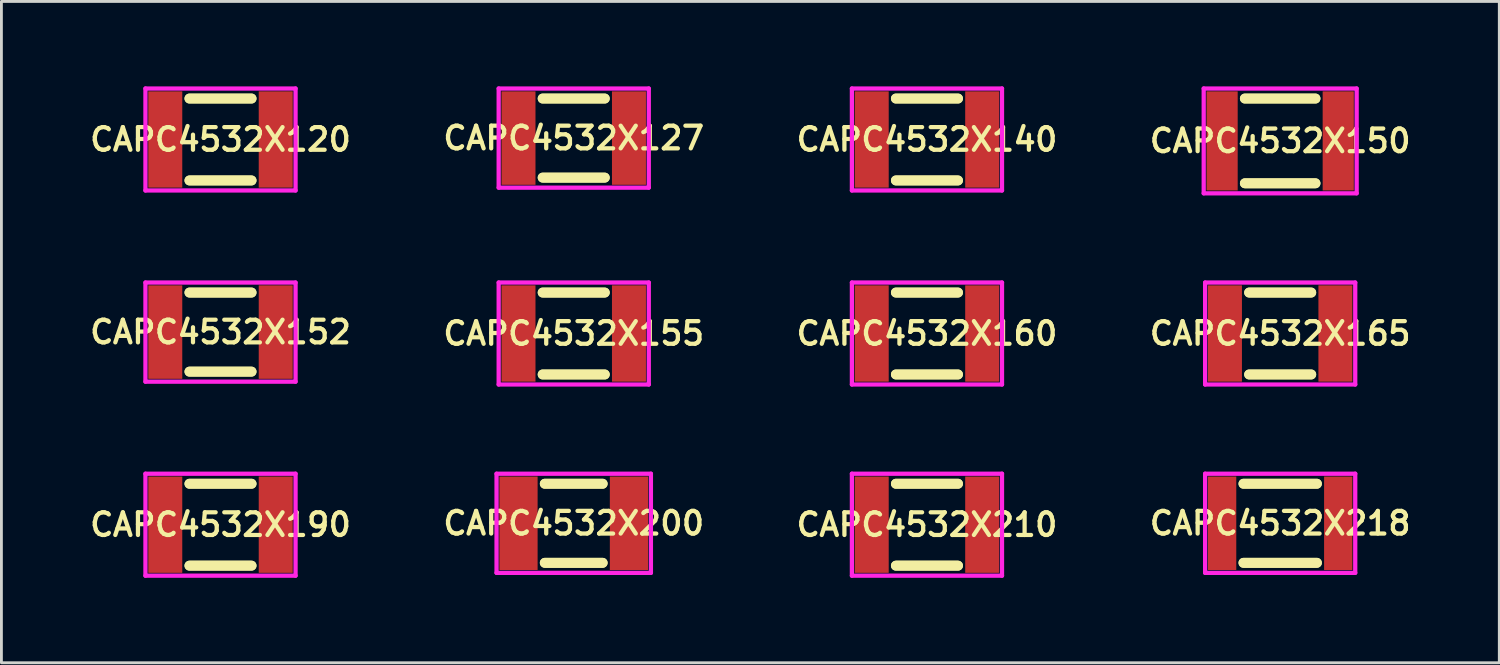
<source format=kicad_pcb>
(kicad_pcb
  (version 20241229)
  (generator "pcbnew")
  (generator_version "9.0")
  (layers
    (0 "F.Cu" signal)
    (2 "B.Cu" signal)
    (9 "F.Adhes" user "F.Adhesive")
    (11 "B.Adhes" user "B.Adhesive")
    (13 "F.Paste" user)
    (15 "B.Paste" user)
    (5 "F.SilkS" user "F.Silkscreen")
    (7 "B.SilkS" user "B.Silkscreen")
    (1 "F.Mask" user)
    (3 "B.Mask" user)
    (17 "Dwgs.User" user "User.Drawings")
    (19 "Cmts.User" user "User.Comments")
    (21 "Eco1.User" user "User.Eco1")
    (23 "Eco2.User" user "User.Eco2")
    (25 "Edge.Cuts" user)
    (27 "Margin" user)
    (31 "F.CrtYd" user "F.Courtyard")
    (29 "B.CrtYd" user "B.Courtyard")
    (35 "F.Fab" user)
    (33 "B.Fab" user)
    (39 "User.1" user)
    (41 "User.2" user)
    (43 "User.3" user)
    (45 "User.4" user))
  (footprint "CAPC4532X127"
    (layer "F.Cu")
    (at 17.206 1.825)
    (property "Reference" "CAPC4532X127" (at 0 0 0) (layer "F.SilkS") (effects (font (size 0.8 0.8) (thickness 0.15))))
    (attr smd)
    (fp_line (start -1.096 -1.396) (end 1.096 -1.396) (stroke (width 0.35) (type solid)) (layer "F.SilkS"))
    (fp_line (start -1.096 1.396) (end 1.096 1.396) (stroke (width 0.35) (type solid)) (layer "F.SilkS"))
    (fp_line (start 1.096 -1.396) (end -1.096 -1.396) (stroke (width 0.35) (type solid)) (layer "F.SilkS"))
    (fp_line (start 1.096 1.396) (end -1.096 1.396) (stroke (width 0.35) (type solid)) (layer "F.SilkS"))
    (fp_line (start -2.65 -1.75) (end 2.65 -1.75) (stroke (width 0.15) (type solid)) (layer "F.CrtYd"))
    (fp_line (start -2.65 1.75) (end -2.65 -1.75) (stroke (width 0.15) (type solid)) (layer "F.CrtYd"))
    (fp_line (start 2.65 -1.75) (end 2.65 1.75) (stroke (width 0.15) (type solid)) (layer "F.CrtYd"))
    (fp_line (start 2.65 1.75) (end -2.65 1.75) (stroke (width 0.15) (type solid)) (layer "F.CrtYd"))
    (pad "1" smd rect (at -1.95 0) (size 1.2 3.3) (layers "F.Cu" "F.Mask" "F.Paste"))
    (pad "2" smd rect (at 1.95 0) (size 1.2 3.3) (layers "F.Cu" "F.Mask" "F.Paste")))
  (footprint "CAPC4532X120"
    (layer "F.Cu")
    (at 4.735 1.875)
    (property "Reference" "CAPC4532X120" (at 0 0 0) (layer "F.SilkS") (effects (font (size 0.8 0.8) (thickness 0.15))))
    (attr smd)
    (fp_line (start -1.096 -1.446) (end 1.096 -1.446) (stroke (width 0.35) (type solid)) (layer "F.SilkS"))
    (fp_line (start -1.096 1.446) (end 1.096 1.446) (stroke (width 0.35) (type solid)) (layer "F.SilkS"))
    (fp_line (start 1.096 -1.446) (end -1.096 -1.446) (stroke (width 0.35) (type solid)) (layer "F.SilkS"))
    (fp_line (start 1.096 1.446) (end -1.096 1.446) (stroke (width 0.35) (type solid)) (layer "F.SilkS"))
    (fp_line (start -2.65 -1.8) (end 2.65 -1.8) (stroke (width 0.15) (type solid)) (layer "F.CrtYd"))
    (fp_line (start -2.65 1.8) (end -2.65 -1.8) (stroke (width 0.15) (type solid)) (layer "F.CrtYd"))
    (fp_line (start 2.65 -1.8) (end 2.65 1.8) (stroke (width 0.15) (type solid)) (layer "F.CrtYd"))
    (fp_line (start 2.65 1.8) (end -2.65 1.8) (stroke (width 0.15) (type solid)) (layer "F.CrtYd"))
    (pad "1" smd rect (at -1.95 0) (size 1.2 3.4) (layers "F.Cu" "F.Mask" "F.Paste"))
    (pad "2" smd rect (at 1.95 0) (size 1.2 3.4) (layers "F.Cu" "F.Mask" "F.Paste")))
  (footprint "CAPC4532X140"
    (layer "F.Cu")
    (at 29.677 1.875)
    (property "Reference" "CAPC4532X140" (at 0 0 0) (layer "F.SilkS") (effects (font (size 0.8 0.8) (thickness 0.15))))
    (attr smd)
    (fp_line (start -1.096 -1.446) (end 1.096 -1.446) (stroke (width 0.35) (type solid)) (layer "F.SilkS"))
    (fp_line (start -1.096 1.446) (end 1.096 1.446) (stroke (width 0.35) (type solid)) (layer "F.SilkS"))
    (fp_line (start 1.096 -1.446) (end -1.096 -1.446) (stroke (width 0.35) (type solid)) (layer "F.SilkS"))
    (fp_line (start 1.096 1.446) (end -1.096 1.446) (stroke (width 0.35) (type solid)) (layer "F.SilkS"))
    (fp_line (start -2.65 -1.8) (end 2.65 -1.8) (stroke (width 0.15) (type solid)) (layer "F.CrtYd"))
    (fp_line (start -2.65 1.8) (end -2.65 -1.8) (stroke (width 0.15) (type solid)) (layer "F.CrtYd"))
    (fp_line (start 2.65 -1.8) (end 2.65 1.8) (stroke (width 0.15) (type solid)) (layer "F.CrtYd"))
    (fp_line (start 2.65 1.8) (end -2.65 1.8) (stroke (width 0.15) (type solid)) (layer "F.CrtYd"))
    (pad "1" smd rect (at -1.95 0) (size 1.2 3.4) (layers "F.Cu" "F.Mask" "F.Paste"))
    (pad "2" smd rect (at 1.95 0) (size 1.2 3.4) (layers "F.Cu" "F.Mask" "F.Paste")))
  (footprint "CAPC4532X165"
    (layer "F.Cu")
    (at 42.148 8.725)
    (property "Reference" "CAPC4532X165" (at 0 0 0) (layer "F.SilkS") (effects (font (size 0.8 0.8) (thickness 0.15))))
    (attr smd)
    (fp_line (start -1.096 -1.446) (end 1.096 -1.446) (stroke (width 0.35) (type solid)) (layer "F.SilkS"))
    (fp_line (start -1.096 1.446) (end 1.096 1.446) (stroke (width 0.35) (type solid)) (layer "F.SilkS"))
    (fp_line (start 1.096 -1.446) (end -1.096 -1.446) (stroke (width 0.35) (type solid)) (layer "F.SilkS"))
    (fp_line (start 1.096 1.446) (end -1.096 1.446) (stroke (width 0.35) (type solid)) (layer "F.SilkS"))
    (fp_line (start -2.65 -1.8) (end 2.65 -1.8) (stroke (width 0.15) (type solid)) (layer "F.CrtYd"))
    (fp_line (start -2.65 1.8) (end -2.65 -1.8) (stroke (width 0.15) (type solid)) (layer "F.CrtYd"))
    (fp_line (start 2.65 -1.8) (end 2.65 1.8) (stroke (width 0.15) (type solid)) (layer "F.CrtYd"))
    (fp_line (start 2.65 1.8) (end -2.65 1.8) (stroke (width 0.15) (type solid)) (layer "F.CrtYd"))
    (pad "1" smd rect (at -1.95 0) (size 1.2 3.4) (layers "F.Cu" "F.Mask" "F.Paste"))
    (pad "2" smd rect (at 1.95 0) (size 1.2 3.4) (layers "F.Cu" "F.Mask" "F.Paste")))
  (footprint "CAPC4532X200"
    (layer "F.Cu")
    (at 17.206 15.425)
    (property "Reference" "CAPC4532X200" (at 0 0 0) (layer "F.SilkS") (effects (font (size 0.8 0.8) (thickness 0.15))))
    (attr smd)
    (fp_line (start -1.021 -1.396) (end 1.021 -1.396) (stroke (width 0.35) (type solid)) (layer "F.SilkS"))
    (fp_line (start -1.021 1.396) (end 1.021 1.396) (stroke (width 0.35) (type solid)) (layer "F.SilkS"))
    (fp_line (start 1.021 -1.396) (end -1.021 -1.396) (stroke (width 0.35) (type solid)) (layer "F.SilkS"))
    (fp_line (start 1.021 1.396) (end -1.021 1.396) (stroke (width 0.35) (type solid)) (layer "F.SilkS"))
    (fp_line (start -2.725 -1.75) (end 2.725 -1.75) (stroke (width 0.15) (type solid)) (layer "F.CrtYd"))
    (fp_line (start -2.725 1.75) (end -2.725 -1.75) (stroke (width 0.15) (type solid)) (layer "F.CrtYd"))
    (fp_line (start 2.725 -1.75) (end 2.725 1.75) (stroke (width 0.15) (type solid)) (layer "F.CrtYd"))
    (fp_line (start 2.725 1.75) (end -2.725 1.75) (stroke (width 0.15) (type solid)) (layer "F.CrtYd"))
    (pad "1" smd rect (at -1.95 0) (size 1.35 3.3) (layers "F.Cu" "F.Mask" "F.Paste"))
    (pad "2" smd rect (at 1.95 0) (size 1.35 3.3) (layers "F.Cu" "F.Mask" "F.Paste")))
  (footprint "CAPC4532X150"
    (layer "F.Cu")
    (at 42.148 1.925)
    (property "Reference" "CAPC4532X150" (at 0 0 0) (layer "F.SilkS") (effects (font (size 0.8 0.8) (thickness 0.15))))
    (attr smd)
    (fp_line (start -1.246 -1.496) (end 1.246 -1.496) (stroke (width 0.35) (type solid)) (layer "F.SilkS"))
    (fp_line (start -1.246 1.496) (end 1.246 1.496) (stroke (width 0.35) (type solid)) (layer "F.SilkS"))
    (fp_line (start 1.246 -1.496) (end -1.246 -1.496) (stroke (width 0.35) (type solid)) (layer "F.SilkS"))
    (fp_line (start 1.246 1.496) (end -1.246 1.496) (stroke (width 0.35) (type solid)) (layer "F.SilkS"))
    (fp_line (start -2.7 -1.85) (end 2.7 -1.85) (stroke (width 0.15) (type solid)) (layer "F.CrtYd"))
    (fp_line (start -2.7 1.85) (end -2.7 -1.85) (stroke (width 0.15) (type solid)) (layer "F.CrtYd"))
    (fp_line (start 2.7 -1.85) (end 2.7 1.85) (stroke (width 0.15) (type solid)) (layer "F.CrtYd"))
    (fp_line (start 2.7 1.85) (end -2.7 1.85) (stroke (width 0.15) (type solid)) (layer "F.CrtYd"))
    (pad "1" smd rect (at -2.05 0) (size 1.1 3.5) (layers "F.Cu" "F.Mask" "F.Paste"))
    (pad "2" smd rect (at 2.05 0) (size 1.1 3.5) (layers "F.Cu" "F.Mask" "F.Paste")))
  (footprint "CAPC4532X210"
    (layer "F.Cu")
    (at 29.677 15.475)
    (property "Reference" "CAPC4532X210" (at 0 0 0) (layer "F.SilkS") (effects (font (size 0.8 0.8) (thickness 0.15))))
    (attr smd)
    (fp_line (start -1.096 -1.446) (end 1.096 -1.446) (stroke (width 0.35) (type solid)) (layer "F.SilkS"))
    (fp_line (start -1.096 1.446) (end 1.096 1.446) (stroke (width 0.35) (type solid)) (layer "F.SilkS"))
    (fp_line (start 1.096 -1.446) (end -1.096 -1.446) (stroke (width 0.35) (type solid)) (layer "F.SilkS"))
    (fp_line (start 1.096 1.446) (end -1.096 1.446) (stroke (width 0.35) (type solid)) (layer "F.SilkS"))
    (fp_line (start -2.65 -1.8) (end 2.65 -1.8) (stroke (width 0.15) (type solid)) (layer "F.CrtYd"))
    (fp_line (start -2.65 1.8) (end -2.65 -1.8) (stroke (width 0.15) (type solid)) (layer "F.CrtYd"))
    (fp_line (start 2.65 -1.8) (end 2.65 1.8) (stroke (width 0.15) (type solid)) (layer "F.CrtYd"))
    (fp_line (start 2.65 1.8) (end -2.65 1.8) (stroke (width 0.15) (type solid)) (layer "F.CrtYd"))
    (pad "1" smd rect (at -1.95 0) (size 1.2 3.4) (layers "F.Cu" "F.Mask" "F.Paste"))
    (pad "2" smd rect (at 1.95 0) (size 1.2 3.4) (layers "F.Cu" "F.Mask" "F.Paste")))
  (footprint "CAPC4532X152"
    (layer "F.Cu")
    (at 4.735 8.675)
    (property "Reference" "CAPC4532X152" (at 0 0 0) (layer "F.SilkS") (effects (font (size 0.8 0.8) (thickness 0.15))))
    (attr smd)
    (fp_line (start -1.096 -1.396) (end 1.096 -1.396) (stroke (width 0.35) (type solid)) (layer "F.SilkS"))
    (fp_line (start -1.096 1.396) (end 1.096 1.396) (stroke (width 0.35) (type solid)) (layer "F.SilkS"))
    (fp_line (start 1.096 -1.396) (end -1.096 -1.396) (stroke (width 0.35) (type solid)) (layer "F.SilkS"))
    (fp_line (start 1.096 1.396) (end -1.096 1.396) (stroke (width 0.35) (type solid)) (layer "F.SilkS"))
    (fp_line (start -2.65 -1.75) (end 2.65 -1.75) (stroke (width 0.15) (type solid)) (layer "F.CrtYd"))
    (fp_line (start -2.65 1.75) (end -2.65 -1.75) (stroke (width 0.15) (type solid)) (layer "F.CrtYd"))
    (fp_line (start 2.65 -1.75) (end 2.65 1.75) (stroke (width 0.15) (type solid)) (layer "F.CrtYd"))
    (fp_line (start 2.65 1.75) (end -2.65 1.75) (stroke (width 0.15) (type solid)) (layer "F.CrtYd"))
    (pad "1" smd rect (at -1.95 0) (size 1.2 3.3) (layers "F.Cu" "F.Mask" "F.Paste"))
    (pad "2" smd rect (at 1.95 0) (size 1.2 3.3) (layers "F.Cu" "F.Mask" "F.Paste")))
  (footprint "CAPC4532X155"
    (layer "F.Cu")
    (at 17.206 8.725)
    (property "Reference" "CAPC4532X155" (at 0 0 0) (layer "F.SilkS") (effects (font (size 0.8 0.8) (thickness 0.15))))
    (attr smd)
    (fp_line (start -1.096 -1.446) (end 1.096 -1.446) (stroke (width 0.35) (type solid)) (layer "F.SilkS"))
    (fp_line (start -1.096 1.446) (end 1.096 1.446) (stroke (width 0.35) (type solid)) (layer "F.SilkS"))
    (fp_line (start 1.096 -1.446) (end -1.096 -1.446) (stroke (width 0.35) (type solid)) (layer "F.SilkS"))
    (fp_line (start 1.096 1.446) (end -1.096 1.446) (stroke (width 0.35) (type solid)) (layer "F.SilkS"))
    (fp_line (start -2.65 -1.8) (end 2.65 -1.8) (stroke (width 0.15) (type solid)) (layer "F.CrtYd"))
    (fp_line (start -2.65 1.8) (end -2.65 -1.8) (stroke (width 0.15) (type solid)) (layer "F.CrtYd"))
    (fp_line (start 2.65 -1.8) (end 2.65 1.8) (stroke (width 0.15) (type solid)) (layer "F.CrtYd"))
    (fp_line (start 2.65 1.8) (end -2.65 1.8) (stroke (width 0.15) (type solid)) (layer "F.CrtYd"))
    (pad "1" smd rect (at -1.95 0) (size 1.2 3.4) (layers "F.Cu" "F.Mask" "F.Paste"))
    (pad "2" smd rect (at 1.95 0) (size 1.2 3.4) (layers "F.Cu" "F.Mask" "F.Paste")))
  (footprint "CAPC4532X218"
    (layer "F.Cu")
    (at 42.148 15.425)
    (property "Reference" "CAPC4532X218" (at 0 0 0) (layer "F.SilkS") (effects (font (size 0.8 0.8) (thickness 0.15))))
    (attr smd)
    (fp_line (start -1.296 -1.396) (end 1.296 -1.396) (stroke (width 0.35) (type solid)) (layer "F.SilkS"))
    (fp_line (start -1.296 1.396) (end 1.296 1.396) (stroke (width 0.35) (type solid)) (layer "F.SilkS"))
    (fp_line (start 1.296 -1.396) (end -1.296 -1.396) (stroke (width 0.35) (type solid)) (layer "F.SilkS"))
    (fp_line (start 1.296 1.396) (end -1.296 1.396) (stroke (width 0.35) (type solid)) (layer "F.SilkS"))
    (fp_line (start -2.65 -1.75) (end 2.65 -1.75) (stroke (width 0.15) (type solid)) (layer "F.CrtYd"))
    (fp_line (start -2.65 1.75) (end -2.65 -1.75) (stroke (width 0.15) (type solid)) (layer "F.CrtYd"))
    (fp_line (start 2.65 -1.75) (end 2.65 1.75) (stroke (width 0.15) (type solid)) (layer "F.CrtYd"))
    (fp_line (start 2.65 1.75) (end -2.65 1.75) (stroke (width 0.15) (type solid)) (layer "F.CrtYd"))
    (pad "1" smd rect (at -2.05 0) (size 1 3.3) (layers "F.Cu" "F.Mask" "F.Paste"))
    (pad "2" smd rect (at 2.05 0) (size 1 3.3) (layers "F.Cu" "F.Mask" "F.Paste")))
  (footprint "CAPC4532X190"
    (layer "F.Cu")
    (at 4.735 15.475)
    (property "Reference" "CAPC4532X190" (at 0 0 0) (layer "F.SilkS") (effects (font (size 0.8 0.8) (thickness 0.15))))
    (attr smd)
    (fp_line (start -1.096 -1.446) (end 1.096 -1.446) (stroke (width 0.35) (type solid)) (layer "F.SilkS"))
    (fp_line (start -1.096 1.446) (end 1.096 1.446) (stroke (width 0.35) (type solid)) (layer "F.SilkS"))
    (fp_line (start 1.096 -1.446) (end -1.096 -1.446) (stroke (width 0.35) (type solid)) (layer "F.SilkS"))
    (fp_line (start 1.096 1.446) (end -1.096 1.446) (stroke (width 0.35) (type solid)) (layer "F.SilkS"))
    (fp_line (start -2.65 -1.8) (end 2.65 -1.8) (stroke (width 0.15) (type solid)) (layer "F.CrtYd"))
    (fp_line (start -2.65 1.8) (end -2.65 -1.8) (stroke (width 0.15) (type solid)) (layer "F.CrtYd"))
    (fp_line (start 2.65 -1.8) (end 2.65 1.8) (stroke (width 0.15) (type solid)) (layer "F.CrtYd"))
    (fp_line (start 2.65 1.8) (end -2.65 1.8) (stroke (width 0.15) (type solid)) (layer "F.CrtYd"))
    (pad "1" smd rect (at -1.95 0) (size 1.2 3.4) (layers "F.Cu" "F.Mask" "F.Paste"))
    (pad "2" smd rect (at 1.95 0) (size 1.2 3.4) (layers "F.Cu" "F.Mask" "F.Paste")))
  (footprint "CAPC4532X160"
    (layer "F.Cu")
    (at 29.677 8.725)
    (property "Reference" "CAPC4532X160" (at 0 0 0) (layer "F.SilkS") (effects (font (size 0.8 0.8) (thickness 0.15))))
    (attr smd)
    (fp_line (start -1.096 -1.446) (end 1.096 -1.446) (stroke (width 0.35) (type solid)) (layer "F.SilkS"))
    (fp_line (start -1.096 1.446) (end 1.096 1.446) (stroke (width 0.35) (type solid)) (layer "F.SilkS"))
    (fp_line (start 1.096 -1.446) (end -1.096 -1.446) (stroke (width 0.35) (type solid)) (layer "F.SilkS"))
    (fp_line (start 1.096 1.446) (end -1.096 1.446) (stroke (width 0.35) (type solid)) (layer "F.SilkS"))
    (fp_line (start -2.65 -1.8) (end 2.65 -1.8) (stroke (width 0.15) (type solid)) (layer "F.CrtYd"))
    (fp_line (start -2.65 1.8) (end -2.65 -1.8) (stroke (width 0.15) (type solid)) (layer "F.CrtYd"))
    (fp_line (start 2.65 -1.8) (end 2.65 1.8) (stroke (width 0.15) (type solid)) (layer "F.CrtYd"))
    (fp_line (start 2.65 1.8) (end -2.65 1.8) (stroke (width 0.15) (type solid)) (layer "F.CrtYd"))
    (pad "1" smd rect (at -1.95 0) (size 1.2 3.4) (layers "F.Cu" "F.Mask" "F.Paste"))
    (pad "2" smd rect (at 1.95 0) (size 1.2 3.4) (layers "F.Cu" "F.Mask" "F.Paste")))
  (gr_rect
    (start -3 -3)
    (end 49.884 20.35)
    (stroke (width 0.1) (type default))
    (fill no)
    (layer "Edge.Cuts")))
</source>
